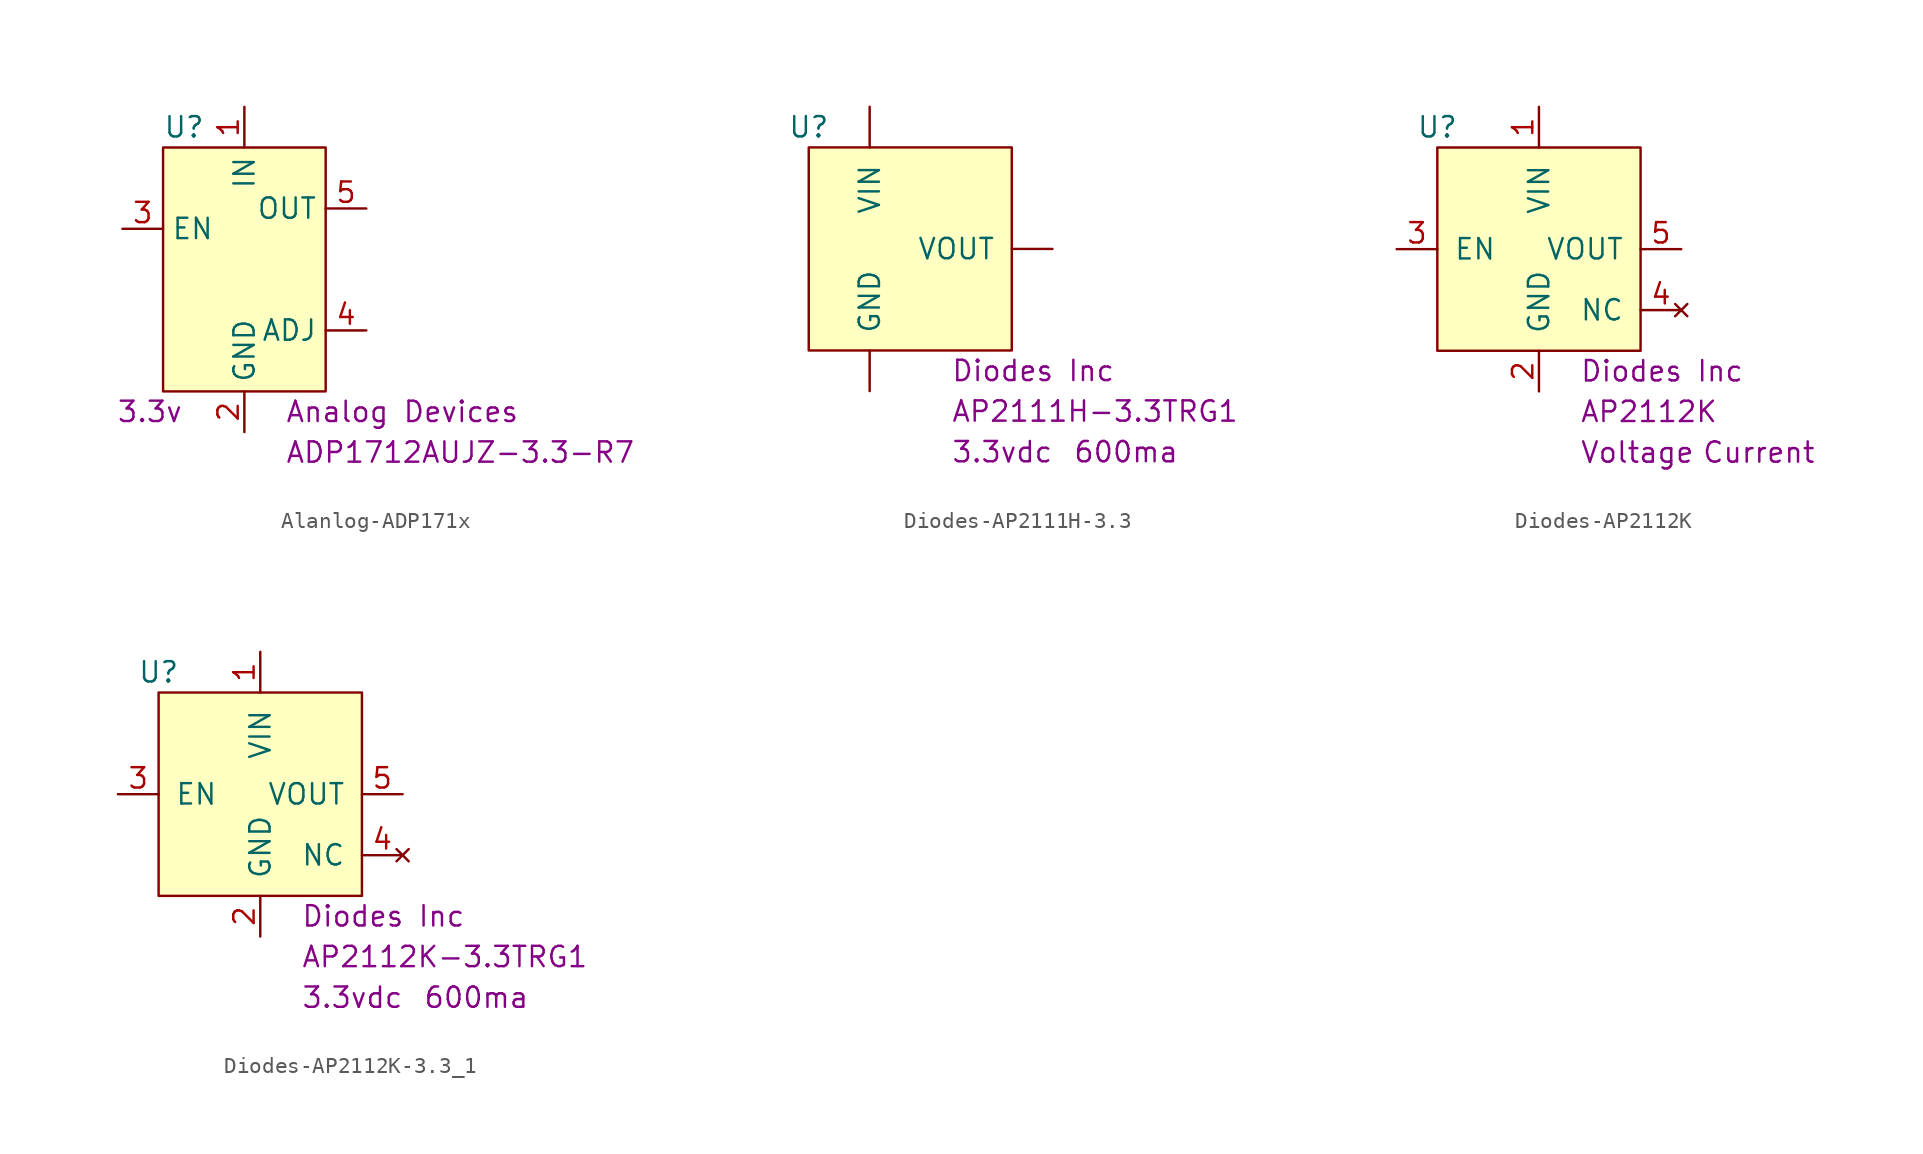
<source format=kicad_sym>
(kicad_symbol_lib
  (version 20211014)
  (generator kicad_symbol_editor)
  (symbol "Alanlog-ADP171x"
    (property "Reference" "U"
      (at -5.08 8.89 0)
      (effects (font (size 1.27 1.27)) (justify left)))
    (property "Manufacturer" "Analog Devices"
      (at 2.54 -8.89 0)
      (effects (font (size 1.27 1.27)) (justify left)))
    (property "MPN" "ADP1712AUJZ-3.3-R7"
      (at 2.54 -11.43 0)
      (effects (font (size 1.27 1.27)) (justify left)))
    (property "Voltage" "3.3v"
      (at -3.81 -8.89 0)
      (effects (font (size 1.27 1.27)) (justify right)))
    (symbol "Alanlog-ADP171x_0_0"
      (pin power_in line (at 0 10.16 270) (length 2.54) (name "IN" (effects (font (size 1.27 1.27)))) (number "1" (effects (font (size 1.27 1.27)))))
      (pin power_in line (at 0 -10.16 90) (length 2.54) (name "GND" (effects (font (size 1.27 1.27)))) (number "2" (effects (font (size 1.27 1.27)))))
      (pin input line (at -7.62 2.54 0) (length 2.54) (name "EN" (effects (font (size 1.27 1.27)))) (number "3" (effects (font (size 1.27 1.27)))))
      (pin bidirectional line (at 7.62 -3.81 180) (length 2.54) (name "ADJ" (effects (font (size 1.27 1.27)))) (number "4" (effects (font (size 1.27 1.27)))))
      (pin power_out line (at 7.62 3.81 180) (length 2.54) (name "OUT" (effects (font (size 1.27 1.27)))) (number "5" (effects (font (size 1.27 1.27))))))
    (symbol "Alanlog-ADP171x_0_1"
      (rectangle (start -5.08 7.62) (end 5.08 -7.62) (stroke (width 0.152) (type default) (color 0 0 0 0)) (fill (type background)))))
  (symbol "Diodes-AP2111H-3.3"
    (pin_numbers hide)
    (pin_names
      (offset 1.016))
    (property "Reference" "U"
      (at -6.35 7.62 0)
      (effects (font (size 1.27 1.27))))
    (property "Manufacturer" "Diodes Inc"
      (at 2.54 -7.62 0)
      (effects (font (size 1.27 1.27)) (justify left)))
    (property "MPN" "AP2111H-3.3TRG1"
      (at 2.54 -10.16 0)
      (effects (font (size 1.27 1.27)) (justify left)))
    (property "Voltage" "3.3vdc"
      (at 2.54 -12.7 0)
      (effects (font (size 1.27 1.27)) (justify left)))
    (property "Current" "600ma"
      (at 10.16 -12.7 0)
      (effects (font (size 1.27 1.27)) (justify left)))
    (symbol "Diodes-AP2111H-3.3_0_0"
      (pin power_in line (at -2.54 -8.89 90) (length 2.54) (name "GND" (effects (font (size 1.27 1.27)))) (number "1" (effects (font (size 1.27 1.27)))))
      (pin power_out line (at 8.89 0 180) (length 2.54) (name "VOUT" (effects (font (size 1.27 1.27)))) (number "2,4" (effects (font (size 1.27 1.27)))))
      (pin power_in line (at -2.54 8.89 270) (length 2.54) (name "VIN" (effects (font (size 1.27 1.27)))) (number "3" (effects (font (size 1.27 1.27))))))
    (symbol "Diodes-AP2111H-3.3_0_1"
      (rectangle (start -6.35 6.35) (end 6.35 -6.35) (stroke (width 0) (type default) (color 0 0 0 0)) (fill (type background)))))
  (symbol "Diodes-AP2112K"
    (pin_names
      (offset 1.016))
    (property "Reference" "U"
      (at -6.35 7.62 0)
      (effects (font (size 1.27 1.27))))
    (property "Manufacturer" "Diodes Inc"
      (at 2.54 -7.62 0)
      (effects (font (size 1.27 1.27)) (justify left)))
    (property "MPN" "AP2112K"
      (at 2.54 -10.16 0)
      (effects (font (size 1.27 1.27)) (justify left)))
    (property "Voltage" "Voltage"
      (at 2.54 -12.7 0)
      (effects (font (size 1.27 1.27)) (justify left)))
    (property "Current" "Current"
      (at 10.16 -12.7 0)
      (effects (font (size 1.27 1.27)) (justify left)))
    (symbol "Diodes-AP2112K_0_0"
      (pin power_in line (at 0 8.89 270) (length 2.54) (name "VIN" (effects (font (size 1.27 1.27)))) (number "1" (effects (font (size 1.27 1.27)))))
      (pin power_in line (at 0 -8.89 90) (length 2.54) (name "GND" (effects (font (size 1.27 1.27)))) (number "2" (effects (font (size 1.27 1.27)))))
      (pin input line (at -8.89 0 0) (length 2.54) (name "EN" (effects (font (size 1.27 1.27)))) (number "3" (effects (font (size 1.27 1.27)))))
      (pin no_connect line (at 8.89 -3.81 180) (length 2.54) (name "NC" (effects (font (size 1.27 1.27)))) (number "4" (effects (font (size 1.27 1.27)))))
      (pin power_out line (at 8.89 0 180) (length 2.54) (name "VOUT" (effects (font (size 1.27 1.27)))) (number "5" (effects (font (size 1.27 1.27))))))
    (symbol "Diodes-AP2112K_0_1"
      (rectangle (start -6.35 6.35) (end 6.35 -6.35) (stroke (width 0) (type default) (color 0 0 0 0)) (fill (type background)))))
  (symbol "Diodes-AP2112K-3.3_1"
    (pin_names
      (offset 1.016))
    (property "Reference" "U"
      (at -6.35 7.62 0)
      (effects (font (size 1.27 1.27))))
    (property "Manufacturer" "Diodes Inc"
      (at 2.54 -7.62 0)
      (effects (font (size 1.27 1.27)) (justify left)))
    (property "MPN" "AP2112K-3.3TRG1"
      (at 2.54 -10.16 0)
      (effects (font (size 1.27 1.27)) (justify left)))
    (property "Voltage" "3.3vdc"
      (at 2.54 -12.7 0)
      (effects (font (size 1.27 1.27)) (justify left)))
    (property "Current" "600ma"
      (at 10.16 -12.7 0)
      (effects (font (size 1.27 1.27)) (justify left)))
    (symbol "Diodes-AP2112K-3.3_1_0_0"
      (pin power_in line (at 0 8.89 270) (length 2.54) (name "VIN" (effects (font (size 1.27 1.27)))) (number "1" (effects (font (size 1.27 1.27)))))
      (pin power_in line (at 0 -8.89 90) (length 2.54) (name "GND" (effects (font (size 1.27 1.27)))) (number "2" (effects (font (size 1.27 1.27)))))
      (pin input line (at -8.89 0 0) (length 2.54) (name "EN" (effects (font (size 1.27 1.27)))) (number "3" (effects (font (size 1.27 1.27)))))
      (pin no_connect line (at 8.89 -3.81 180) (length 2.54) (name "NC" (effects (font (size 1.27 1.27)))) (number "4" (effects (font (size 1.27 1.27)))))
      (pin power_out line (at 8.89 0 180) (length 2.54) (name "VOUT" (effects (font (size 1.27 1.27)))) (number "5" (effects (font (size 1.27 1.27))))))
    (symbol "Diodes-AP2112K-3.3_1_0_1"
      (rectangle (start -6.35 6.35) (end 6.35 -6.35) (stroke (width 0) (type default) (color 0 0 0 0)) (fill (type background))))))
</source>
